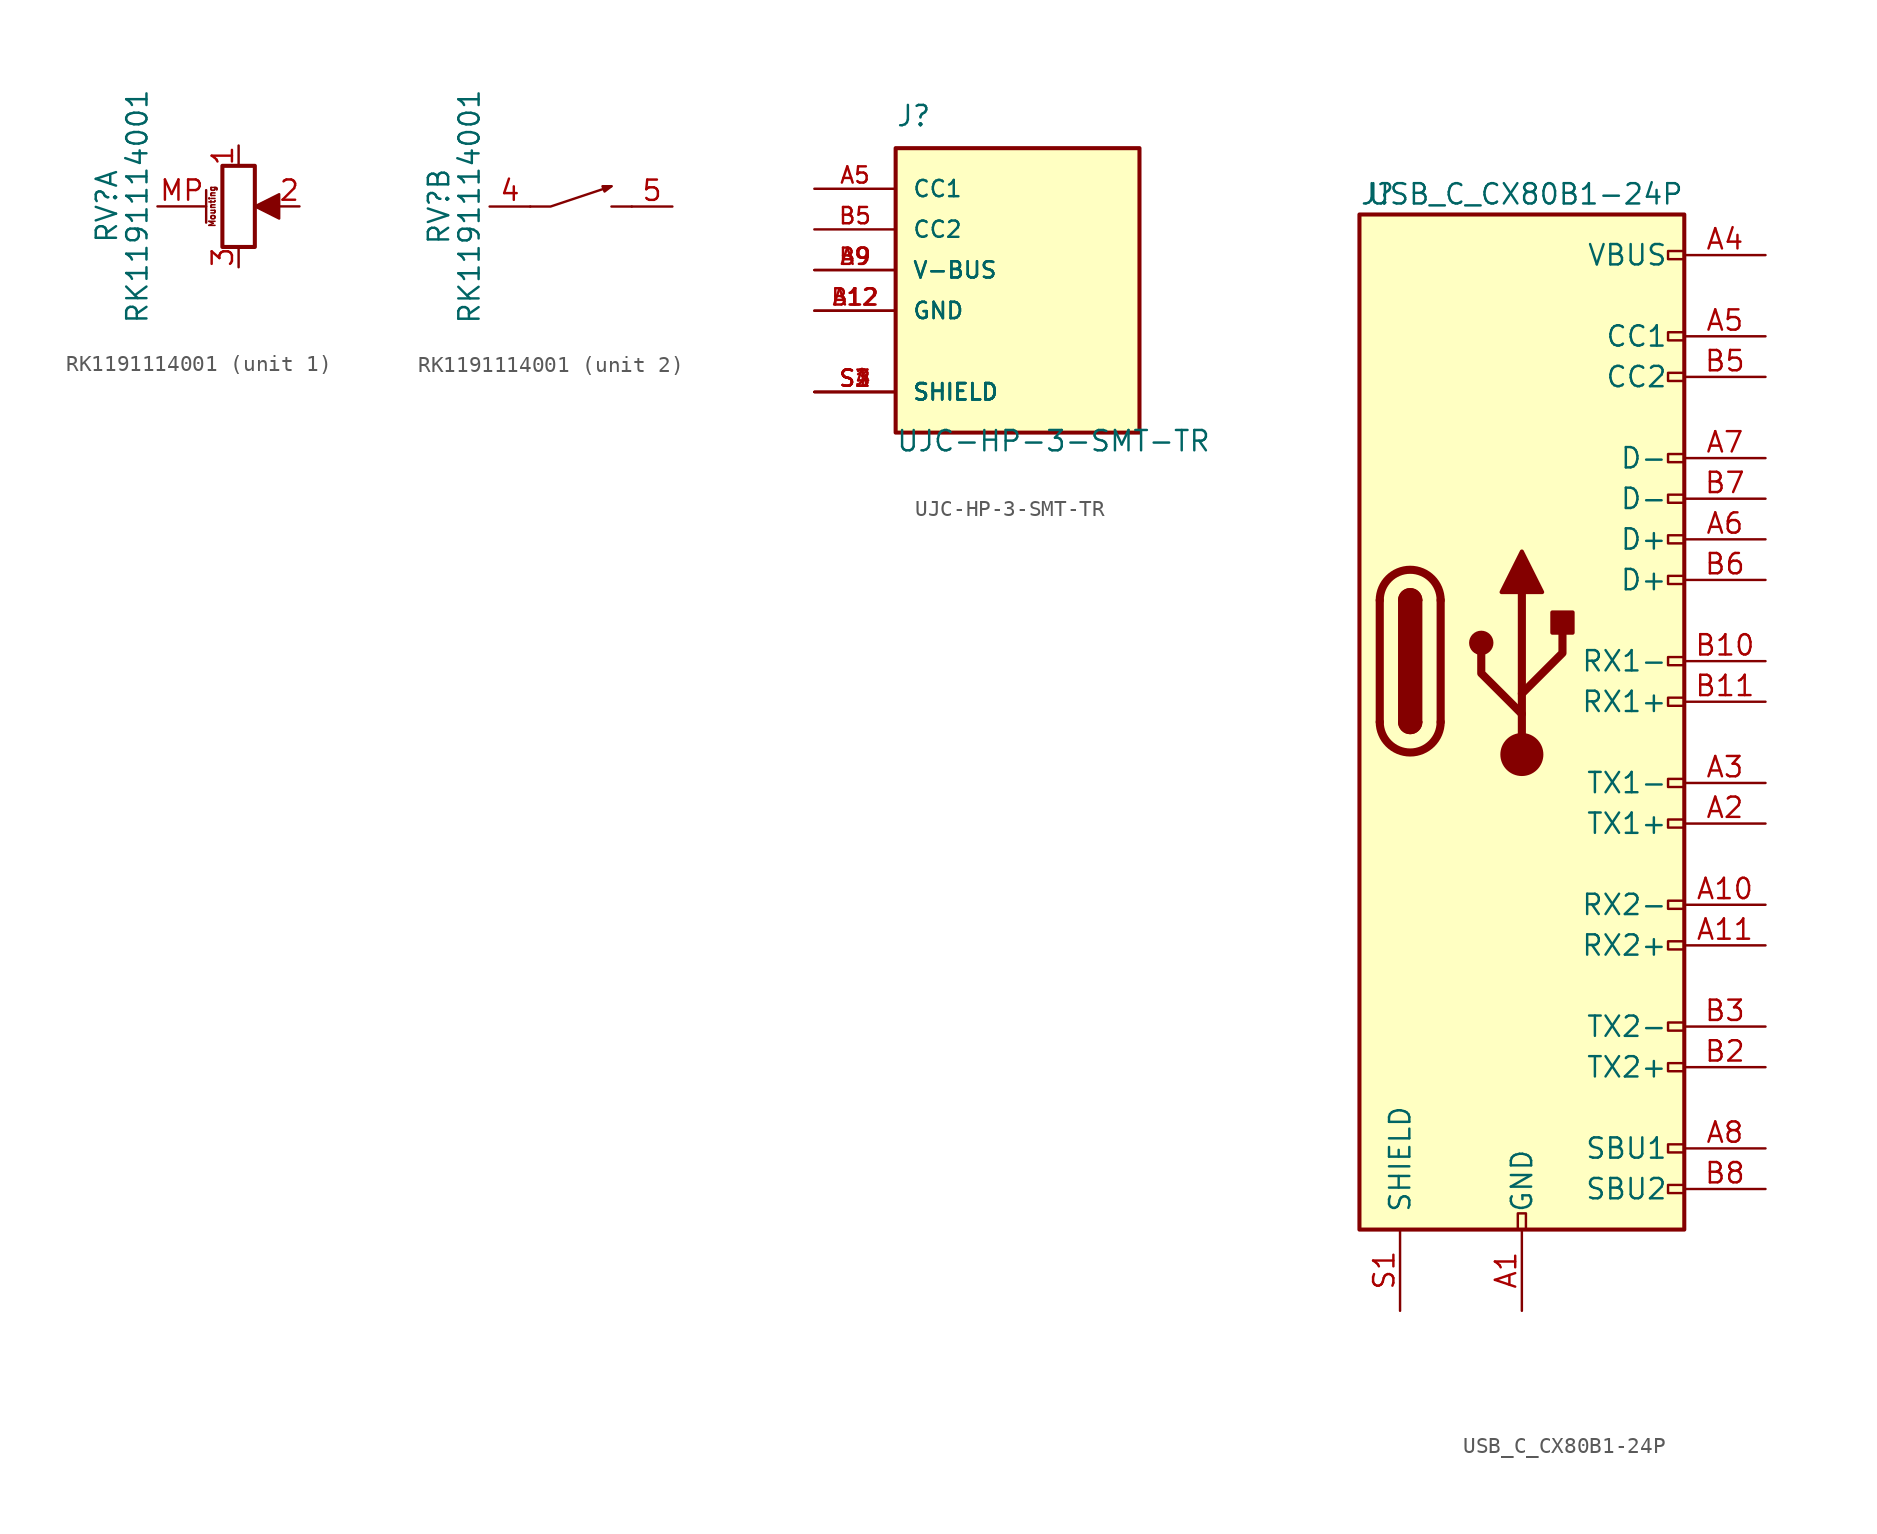
<source format=kicad_sym>
(kicad_symbol_lib
  (version 20201005)
  (generator kicad_symbol_editor)
  (symbol "proj:RK1191114001"
    (pin_names
      (offset 1.016) hide)
    (property "Reference" "RV"
      (at -8.255 0 90)
      (effects (font (size 1.27 1.27))))
    (property "Value" "RK1191114001"
      (at -6.35 0 90)
      (effects (font (size 1.27 1.27))))
    (property "ki_locked" ""
      (at 0 0 0)
      (effects (font (size 1.27 1.27))))
    (symbol "RK1191114001_1_1"
      (text "Mounting" (at -1.651 0 900) (effects (font (size 0.381 0.381))))
      (rectangle (start 1.016 2.54) (end -1.016 -2.54) (stroke (width 0.254)) (fill (type none)))
      (polyline (pts (xy -2.032 1.016) (xy -2.032 -1.016)) (stroke (width 0.152)) (fill (type none)))
      (polyline (pts (xy 2.54 -0.762) (xy 2.54 0.762) (xy 1.016 0) (xy 2.54 -0.762)) (stroke (width 0.152)) (fill (type outline)))
      (pin passive line (at 0 3.81 270) (length 1.27) (name "1" (effects (font (size 1.27 1.27)))) (number "1" (effects (font (size 1.27 1.27)))))
      (pin passive line (at 3.81 0 180) (length 1.27) (name "2" (effects (font (size 1.27 1.27)))) (number "2" (effects (font (size 1.27 1.27)))))
      (pin passive line (at 0 -3.81 90) (length 1.27) (name "3" (effects (font (size 1.27 1.27)))) (number "3" (effects (font (size 1.27 1.27)))))
      (pin passive line (at -5.08 0 0) (length 3.048) (name "MountPin" (effects (font (size 1.27 1.27)))) (number "MP" (effects (font (size 1.27 1.27))))))
    (symbol "RK1191114001_2_1"
      (polyline (pts (xy 2.54 0) (xy 3.81 0)) (stroke (width 0.152)) (fill (type none)))
      (polyline (pts (xy -2.54 0) (xy -1.27 0) (xy 2.54 1.27)) (stroke (width 0.152)) (fill (type none)))
      (polyline (pts (xy 2.54 1.27) (xy 1.981 1.27) (xy 2.108 0.94) (xy 2.54 1.27)) (stroke (width 0.152)) (fill (type outline)))
      (pin passive line (at -5.08 0 0) (length 2.54) (name "4" (effects (font (size 1.27 1.27)))) (number "4" (effects (font (size 1.27 1.27)))))
      (pin passive line (at 6.35 0 180) (length 2.54) (name "5" (effects (font (size 1.27 1.27)))) (number "5" (effects (font (size 1.27 1.27)))))))
  (symbol "proj:UJC-HP-3-SMT-TR"
    (pin_names
      (offset 1.016))
    (property "Reference" "J"
      (at -7.62 8.89 0)
      (effects (font (size 1.27 1.27)) (justify left bottom)))
    (property "Value" "UJC-HP-3-SMT-TR"
      (at -7.62 -11.43 0)
      (effects (font (size 1.27 1.27)) (justify left bottom)))
    (symbol "UJC-HP-3-SMT-TR_0_0"
      (rectangle (start -7.62 -10.16) (end 7.62 7.62) (stroke (width 0.254)) (fill (type background)))
      (pin power_in line (at -12.7 -2.54 0) (length 5.08) (name "GND" (effects (font (size 1.016 1.016)))) (number "A12" (effects (font (size 1.016 1.016)))))
      (pin bidirectional line (at -12.7 5.08 0) (length 5.08) (name "CC1" (effects (font (size 1.016 1.016)))) (number "A5" (effects (font (size 1.016 1.016)))))
      (pin power_in line (at -12.7 0 0) (length 5.08) (name "V-BUS" (effects (font (size 1.016 1.016)))) (number "A9" (effects (font (size 1.016 1.016)))))
      (pin power_in line (at -12.7 -2.54 0) (length 5.08) (name "GND" (effects (font (size 1.016 1.016)))) (number "B12" (effects (font (size 1.016 1.016)))))
      (pin bidirectional line (at -12.7 2.54 0) (length 5.08) (name "CC2" (effects (font (size 1.016 1.016)))) (number "B5" (effects (font (size 1.016 1.016)))))
      (pin power_in line (at -12.7 0 0) (length 5.08) (name "V-BUS" (effects (font (size 1.016 1.016)))) (number "B9" (effects (font (size 1.016 1.016)))))
      (pin passive line (at -12.7 -7.62 0) (length 5.08) (name "SHIELD" (effects (font (size 1.016 1.016)))) (number "S1" (effects (font (size 1.016 1.016)))))
      (pin passive line (at -12.7 -7.62 0) (length 5.08) (name "SHIELD" (effects (font (size 1.016 1.016)))) (number "S2" (effects (font (size 1.016 1.016)))))
      (pin passive line (at -12.7 -7.62 0) (length 5.08) (name "SHIELD" (effects (font (size 1.016 1.016)))) (number "S3" (effects (font (size 1.016 1.016)))))
      (pin passive line (at -12.7 -7.62 0) (length 5.08) (name "SHIELD" (effects (font (size 1.016 1.016)))) (number "S4" (effects (font (size 1.016 1.016)))))))
  (symbol "proj:USB_C_CX80B1-24P"
    (pin_names
      (offset 1.016))
    (property "Reference" "J"
      (at -10.16 29.21 0)
      (effects (font (size 1.27 1.27)) (justify left)))
    (property "Value" "USB_C_CX80B1-24P"
      (at 10.16 29.21 0)
      (effects (font (size 1.27 1.27)) (justify right)))
    (symbol "USB_C_CX80B1-24P_0_0"
      (rectangle (start -0.254 -35.56) (end 0.254 -34.544) (stroke (width 0)) (fill (type none)))
      (rectangle (start 10.16 -32.766) (end 9.144 -33.274) (stroke (width 0)) (fill (type none)))
      (rectangle (start 10.16 -30.226) (end 9.144 -30.734) (stroke (width 0)) (fill (type none)))
      (rectangle (start 10.16 -25.146) (end 9.144 -25.654) (stroke (width 0)) (fill (type none)))
      (rectangle (start 10.16 -22.606) (end 9.144 -23.114) (stroke (width 0)) (fill (type none)))
      (rectangle (start 10.16 -17.526) (end 9.144 -18.034) (stroke (width 0)) (fill (type none)))
      (rectangle (start 10.16 -14.986) (end 9.144 -15.494) (stroke (width 0)) (fill (type none)))
      (rectangle (start 10.16 -9.906) (end 9.144 -10.414) (stroke (width 0)) (fill (type none)))
      (rectangle (start 10.16 -7.366) (end 9.144 -7.874) (stroke (width 0)) (fill (type none)))
      (rectangle (start 10.16 -2.286) (end 9.144 -2.794) (stroke (width 0)) (fill (type none)))
      (rectangle (start 10.16 0.254) (end 9.144 -0.254) (stroke (width 0)) (fill (type none)))
      (rectangle (start 10.16 5.334) (end 9.144 4.826) (stroke (width 0)) (fill (type none)))
      (rectangle (start 10.16 7.874) (end 9.144 7.366) (stroke (width 0)) (fill (type none)))
      (rectangle (start 10.16 10.414) (end 9.144 9.906) (stroke (width 0)) (fill (type none)))
      (rectangle (start 10.16 12.954) (end 9.144 12.446) (stroke (width 0)) (fill (type none)))
      (rectangle (start 10.16 18.034) (end 9.144 17.526) (stroke (width 0)) (fill (type none)))
      (rectangle (start 10.16 20.574) (end 9.144 20.066) (stroke (width 0)) (fill (type none)))
      (rectangle (start 10.16 25.654) (end 9.144 25.146) (stroke (width 0)) (fill (type none))))
    (symbol "USB_C_CX80B1-24P_0_1"
      (arc (start -8.89 -3.81) (end -5.08 -3.81) (radius (at -6.985 -3.81) (length 1.905) (angles -179.9 -0.1)) (stroke (width 0.508)) (fill (type none)))
      (arc (start -7.62 -3.81) (end -6.35 -3.81) (radius (at -6.985 -3.81) (length 0.635) (angles -179.9 -0.1)) (stroke (width 0.254)) (fill (type none)))
      (arc (start -6.35 3.81) (end -7.62 3.81) (radius (at -6.985 3.81) (length 0.635) (angles 0.1 179.9)) (stroke (width 0.254)) (fill (type none)))
      (arc (start -5.08 3.81) (end -8.89 3.81) (radius (at -6.985 3.81) (length 1.905) (angles 0.1 179.9)) (stroke (width 0.508)) (fill (type none)))
      (arc (start -7.62 -3.81) (end -6.35 -3.81) (radius (at -6.985 -3.81) (length 0.635) (angles -179.9 -0.1)) (stroke (width 0.254)) (fill (type outline)))
      (arc (start -6.35 3.81) (end -7.62 3.81) (radius (at -6.985 3.81) (length 0.635) (angles 0.1 179.9)) (stroke (width 0.254)) (fill (type outline)))
      (rectangle (start -7.62 -3.81) (end -6.35 3.81) (stroke (width 0.254)) (fill (type outline)))
      (rectangle (start -10.16 27.94) (end 10.16 -35.56) (stroke (width 0.254)) (fill (type background)))
      (polyline (pts (xy -8.89 -3.81) (xy -8.89 3.81)) (stroke (width 0.508)) (fill (type none)))
      (polyline (pts (xy -5.08 3.81) (xy -5.08 -3.81)) (stroke (width 0.508)) (fill (type none))))
    (symbol "USB_C_CX80B1-24P_1_1"
      (circle (center -2.54 1.143) (radius 0.635) (stroke (width 0.254)) (fill (type outline)))
      (circle (center 0 -5.842) (radius 1.27) (stroke (width 0)) (fill (type outline)))
      (rectangle (start 1.905 1.778) (end 3.175 3.048) (stroke (width 0.254)) (fill (type outline)))
      (polyline (pts (xy 0 -5.842) (xy 0 4.318)) (stroke (width 0.508)) (fill (type none)))
      (polyline (pts (xy 0 -3.302) (xy -2.54 -0.762) (xy -2.54 0.508)) (stroke (width 0.508)) (fill (type none)))
      (polyline (pts (xy 0 -2.032) (xy 2.54 0.508) (xy 2.54 1.778)) (stroke (width 0.508)) (fill (type none)))
      (polyline (pts (xy -1.27 4.318) (xy 0 6.858) (xy 1.27 4.318) (xy -1.27 4.318)) (stroke (width 0.254)) (fill (type outline)))
      (pin passive line (at 0 -40.64 90) (length 5.08) (name "GND" (effects (font (size 1.27 1.27)))) (number "A1" (effects (font (size 1.27 1.27)))))
      (pin bidirectional line (at 15.24 -15.24 180) (length 5.08) (name "RX2-" (effects (font (size 1.27 1.27)))) (number "A10" (effects (font (size 1.27 1.27)))))
      (pin bidirectional line (at 15.24 -17.78 180) (length 5.08) (name "RX2+" (effects (font (size 1.27 1.27)))) (number "A11" (effects (font (size 1.27 1.27)))))
      (pin passive line (at 0 -40.64 90) (length 5.08) hide (name "GND" (effects (font (size 1.27 1.27)))) (number "A12" (effects (font (size 1.27 1.27)))))
      (pin bidirectional line (at 15.24 -10.16 180) (length 5.08) (name "TX1+" (effects (font (size 1.27 1.27)))) (number "A2" (effects (font (size 1.27 1.27)))))
      (pin bidirectional line (at 15.24 -7.62 180) (length 5.08) (name "TX1-" (effects (font (size 1.27 1.27)))) (number "A3" (effects (font (size 1.27 1.27)))))
      (pin passive line (at 15.24 25.4 180) (length 5.08) (name "VBUS" (effects (font (size 1.27 1.27)))) (number "A4" (effects (font (size 1.27 1.27)))))
      (pin bidirectional line (at 15.24 20.32 180) (length 5.08) (name "CC1" (effects (font (size 1.27 1.27)))) (number "A5" (effects (font (size 1.27 1.27)))))
      (pin bidirectional line (at 15.24 7.62 180) (length 5.08) (name "D+" (effects (font (size 1.27 1.27)))) (number "A6" (effects (font (size 1.27 1.27)))))
      (pin bidirectional line (at 15.24 12.7 180) (length 5.08) (name "D-" (effects (font (size 1.27 1.27)))) (number "A7" (effects (font (size 1.27 1.27)))))
      (pin bidirectional line (at 15.24 -30.48 180) (length 5.08) (name "SBU1" (effects (font (size 1.27 1.27)))) (number "A8" (effects (font (size 1.27 1.27)))))
      (pin passive line (at 15.24 25.4 180) (length 5.08) hide (name "VBUS" (effects (font (size 1.27 1.27)))) (number "A9" (effects (font (size 1.27 1.27)))))
      (pin passive line (at 0 -40.64 90) (length 5.08) hide (name "GND" (effects (font (size 1.27 1.27)))) (number "B1" (effects (font (size 1.27 1.27)))))
      (pin bidirectional line (at 15.24 0 180) (length 5.08) (name "RX1-" (effects (font (size 1.27 1.27)))) (number "B10" (effects (font (size 1.27 1.27)))))
      (pin bidirectional line (at 15.24 -2.54 180) (length 5.08) (name "RX1+" (effects (font (size 1.27 1.27)))) (number "B11" (effects (font (size 1.27 1.27)))))
      (pin passive line (at 0 -40.64 90) (length 5.08) hide (name "GND" (effects (font (size 1.27 1.27)))) (number "B12" (effects (font (size 1.27 1.27)))))
      (pin bidirectional line (at 15.24 -25.4 180) (length 5.08) (name "TX2+" (effects (font (size 1.27 1.27)))) (number "B2" (effects (font (size 1.27 1.27)))))
      (pin bidirectional line (at 15.24 -22.86 180) (length 5.08) (name "TX2-" (effects (font (size 1.27 1.27)))) (number "B3" (effects (font (size 1.27 1.27)))))
      (pin passive line (at 15.24 25.4 180) (length 5.08) hide (name "VBUS" (effects (font (size 1.27 1.27)))) (number "B4" (effects (font (size 1.27 1.27)))))
      (pin bidirectional line (at 15.24 17.78 180) (length 5.08) (name "CC2" (effects (font (size 1.27 1.27)))) (number "B5" (effects (font (size 1.27 1.27)))))
      (pin bidirectional line (at 15.24 5.08 180) (length 5.08) (name "D+" (effects (font (size 1.27 1.27)))) (number "B6" (effects (font (size 1.27 1.27)))))
      (pin bidirectional line (at 15.24 10.16 180) (length 5.08) (name "D-" (effects (font (size 1.27 1.27)))) (number "B7" (effects (font (size 1.27 1.27)))))
      (pin bidirectional line (at 15.24 -33.02 180) (length 5.08) (name "SBU2" (effects (font (size 1.27 1.27)))) (number "B8" (effects (font (size 1.27 1.27)))))
      (pin passive line (at 15.24 25.4 180) (length 5.08) hide (name "VBUS" (effects (font (size 1.27 1.27)))) (number "B9" (effects (font (size 1.27 1.27)))))
      (pin passive line (at -7.62 -40.64 90) (length 5.08) (name "SHIELD" (effects (font (size 1.27 1.27)))) (number "S1" (effects (font (size 1.27 1.27))))))))
</source>
